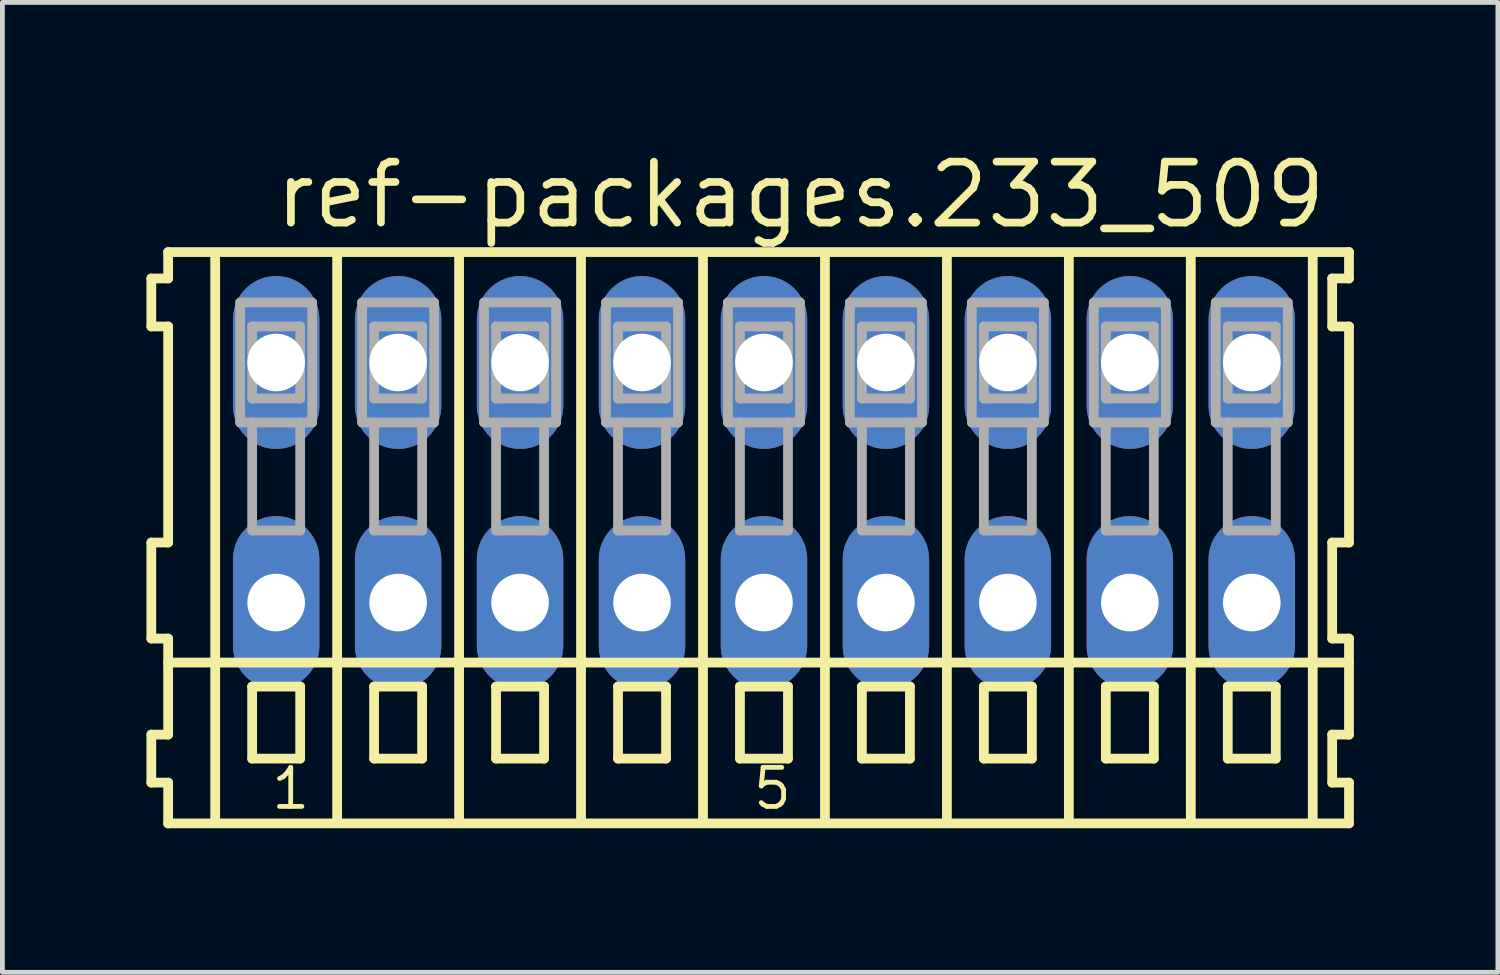
<source format=kicad_pcb>
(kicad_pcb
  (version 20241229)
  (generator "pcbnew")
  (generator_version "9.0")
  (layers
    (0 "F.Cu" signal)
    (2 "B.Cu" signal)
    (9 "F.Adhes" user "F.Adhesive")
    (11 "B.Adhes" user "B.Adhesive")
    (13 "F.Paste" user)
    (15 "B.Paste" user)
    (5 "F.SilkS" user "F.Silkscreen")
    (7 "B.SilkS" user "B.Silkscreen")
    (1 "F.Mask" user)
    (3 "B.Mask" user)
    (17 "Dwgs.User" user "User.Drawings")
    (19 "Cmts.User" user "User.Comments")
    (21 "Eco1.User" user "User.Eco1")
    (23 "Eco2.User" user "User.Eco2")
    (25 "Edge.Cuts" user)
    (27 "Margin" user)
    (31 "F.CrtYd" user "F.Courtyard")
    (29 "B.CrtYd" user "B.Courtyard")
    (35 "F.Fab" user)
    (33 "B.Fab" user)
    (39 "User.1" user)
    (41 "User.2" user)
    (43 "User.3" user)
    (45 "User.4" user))
  (footprint "ref-packages.233_509"
    (layer "F.Cu")
    (at 12.862 7)
    (property "Reference" "ref-packages.233_509" (at -10.26 -5.25 0) (layer "F.SilkS") (effects (font (size 1.27 1.27) (thickness 0.16)) (justify left bottom)))
    (attr through_hole)
    (fp_line (start -12.76 -4.25) (end -12.76 -3.25) (stroke (width 0.203) (type default)) (layer "F.SilkS"))
    (fp_line (start -12.76 -3.25) (end -12.41 -3.25) (stroke (width 0.203) (type default)) (layer "F.SilkS"))
    (fp_line (start -12.76 1.25) (end -12.76 3.25) (stroke (width 0.203) (type default)) (layer "F.SilkS"))
    (fp_line (start -12.76 3.25) (end -12.41 3.25) (stroke (width 0.203) (type default)) (layer "F.SilkS"))
    (fp_line (start -12.76 5.25) (end -12.76 6.25) (stroke (width 0.203) (type default)) (layer "F.SilkS"))
    (fp_line (start -12.76 6.25) (end -12.41 6.25) (stroke (width 0.203) (type default)) (layer "F.SilkS"))
    (fp_line (start -12.41 -4.8) (end -12.41 -4.25) (stroke (width 0.203) (type default)) (layer "F.SilkS"))
    (fp_line (start -12.41 -4.25) (end -12.76 -4.25) (stroke (width 0.203) (type default)) (layer "F.SilkS"))
    (fp_line (start -12.41 -3.25) (end -12.41 1.25) (stroke (width 0.203) (type default)) (layer "F.SilkS"))
    (fp_line (start -12.41 1.25) (end -12.76 1.25) (stroke (width 0.203) (type default)) (layer "F.SilkS"))
    (fp_line (start -12.41 3.25) (end -12.41 5.25) (stroke (width 0.203) (type default)) (layer "F.SilkS"))
    (fp_line (start -12.41 3.75) (end 12.185 3.75) (stroke (width 0.203) (type default)) (layer "F.SilkS"))
    (fp_line (start -12.41 5.25) (end -12.76 5.25) (stroke (width 0.203) (type default)) (layer "F.SilkS"))
    (fp_line (start -12.41 6.25) (end -12.41 7.1) (stroke (width 0.203) (type default)) (layer "F.SilkS"))
    (fp_line (start -12.41 7.1) (end 12.185 7.1) (stroke (width 0.203) (type default)) (layer "F.SilkS"))
    (fp_line (start -11.43 6.985) (end -11.43 -4.699) (stroke (width 0.203) (type default)) (layer "F.SilkS"))
    (fp_line (start -10.66 4.25) (end -10.66 5.75) (stroke (width 0.203) (type default)) (layer "F.SilkS"))
    (fp_line (start -10.66 5.75) (end -9.66 5.75) (stroke (width 0.203) (type default)) (layer "F.SilkS"))
    (fp_line (start -9.66 4.25) (end -10.66 4.25) (stroke (width 0.203) (type default)) (layer "F.SilkS"))
    (fp_line (start -9.66 5.75) (end -9.66 4.25) (stroke (width 0.203) (type default)) (layer "F.SilkS"))
    (fp_line (start -8.89 6.985) (end -8.89 -4.699) (stroke (width 0.203) (type default)) (layer "F.SilkS"))
    (fp_line (start -8.12 4.25) (end -8.12 5.75) (stroke (width 0.203) (type default)) (layer "F.SilkS"))
    (fp_line (start -8.12 5.75) (end -7.12 5.75) (stroke (width 0.203) (type default)) (layer "F.SilkS"))
    (fp_line (start -7.12 4.25) (end -8.12 4.25) (stroke (width 0.203) (type default)) (layer "F.SilkS"))
    (fp_line (start -7.12 5.75) (end -7.12 4.25) (stroke (width 0.203) (type default)) (layer "F.SilkS"))
    (fp_line (start -6.35 6.985) (end -6.35 -4.699) (stroke (width 0.203) (type default)) (layer "F.SilkS"))
    (fp_line (start -5.58 4.25) (end -5.58 5.75) (stroke (width 0.203) (type default)) (layer "F.SilkS"))
    (fp_line (start -5.58 5.75) (end -4.58 5.75) (stroke (width 0.203) (type default)) (layer "F.SilkS"))
    (fp_line (start -4.58 4.25) (end -5.58 4.25) (stroke (width 0.203) (type default)) (layer "F.SilkS"))
    (fp_line (start -4.58 5.75) (end -4.58 4.25) (stroke (width 0.203) (type default)) (layer "F.SilkS"))
    (fp_line (start -3.81 6.985) (end -3.81 -4.699) (stroke (width 0.203) (type default)) (layer "F.SilkS"))
    (fp_line (start -3.04 4.25) (end -3.04 5.75) (stroke (width 0.203) (type default)) (layer "F.SilkS"))
    (fp_line (start -3.04 5.75) (end -2.04 5.75) (stroke (width 0.203) (type default)) (layer "F.SilkS"))
    (fp_line (start -2.04 4.25) (end -3.04 4.25) (stroke (width 0.203) (type default)) (layer "F.SilkS"))
    (fp_line (start -2.04 5.75) (end -2.04 4.25) (stroke (width 0.203) (type default)) (layer "F.SilkS"))
    (fp_line (start -1.27 6.985) (end -1.27 -4.699) (stroke (width 0.203) (type default)) (layer "F.SilkS"))
    (fp_line (start -0.5 4.25) (end -0.5 5.75) (stroke (width 0.203) (type default)) (layer "F.SilkS"))
    (fp_line (start -0.5 5.75) (end 0.5 5.75) (stroke (width 0.203) (type default)) (layer "F.SilkS"))
    (fp_line (start 0.5 4.25) (end -0.5 4.25) (stroke (width 0.203) (type default)) (layer "F.SilkS"))
    (fp_line (start 0.5 5.75) (end 0.5 4.25) (stroke (width 0.203) (type default)) (layer "F.SilkS"))
    (fp_line (start 1.27 6.985) (end 1.27 -4.699) (stroke (width 0.203) (type default)) (layer "F.SilkS"))
    (fp_line (start 2.04 4.25) (end 2.04 5.75) (stroke (width 0.203) (type default)) (layer "F.SilkS"))
    (fp_line (start 2.04 5.75) (end 3.04 5.75) (stroke (width 0.203) (type default)) (layer "F.SilkS"))
    (fp_line (start 3.04 4.25) (end 2.04 4.25) (stroke (width 0.203) (type default)) (layer "F.SilkS"))
    (fp_line (start 3.04 5.75) (end 3.04 4.25) (stroke (width 0.203) (type default)) (layer "F.SilkS"))
    (fp_line (start 3.81 6.985) (end 3.81 -4.699) (stroke (width 0.203) (type default)) (layer "F.SilkS"))
    (fp_line (start 4.58 4.25) (end 4.58 5.75) (stroke (width 0.203) (type default)) (layer "F.SilkS"))
    (fp_line (start 4.58 5.75) (end 5.58 5.75) (stroke (width 0.203) (type default)) (layer "F.SilkS"))
    (fp_line (start 5.58 4.25) (end 4.58 4.25) (stroke (width 0.203) (type default)) (layer "F.SilkS"))
    (fp_line (start 5.58 5.75) (end 5.58 4.25) (stroke (width 0.203) (type default)) (layer "F.SilkS"))
    (fp_line (start 6.35 6.985) (end 6.35 -4.699) (stroke (width 0.203) (type default)) (layer "F.SilkS"))
    (fp_line (start 7.12 4.25) (end 7.12 5.75) (stroke (width 0.203) (type default)) (layer "F.SilkS"))
    (fp_line (start 7.12 5.75) (end 8.12 5.75) (stroke (width 0.203) (type default)) (layer "F.SilkS"))
    (fp_line (start 8.12 4.25) (end 7.12 4.25) (stroke (width 0.203) (type default)) (layer "F.SilkS"))
    (fp_line (start 8.12 5.75) (end 8.12 4.25) (stroke (width 0.203) (type default)) (layer "F.SilkS"))
    (fp_line (start 8.89 6.985) (end 8.89 -4.699) (stroke (width 0.203) (type default)) (layer "F.SilkS"))
    (fp_line (start 9.66 4.25) (end 9.66 5.75) (stroke (width 0.203) (type default)) (layer "F.SilkS"))
    (fp_line (start 9.66 5.75) (end 10.66 5.75) (stroke (width 0.203) (type default)) (layer "F.SilkS"))
    (fp_line (start 10.66 4.25) (end 9.66 4.25) (stroke (width 0.203) (type default)) (layer "F.SilkS"))
    (fp_line (start 10.66 5.75) (end 10.66 4.25) (stroke (width 0.203) (type default)) (layer "F.SilkS"))
    (fp_line (start 11.43 6.985) (end 11.43 -4.699) (stroke (width 0.203) (type default)) (layer "F.SilkS"))
    (fp_line (start 11.835 -4.25) (end 11.835 -3.25) (stroke (width 0.203) (type default)) (layer "F.SilkS"))
    (fp_line (start 11.835 -3.25) (end 12.185 -3.25) (stroke (width 0.203) (type default)) (layer "F.SilkS"))
    (fp_line (start 11.835 1.25) (end 11.835 3.25) (stroke (width 0.203) (type default)) (layer "F.SilkS"))
    (fp_line (start 11.835 3.25) (end 12.185 3.25) (stroke (width 0.203) (type default)) (layer "F.SilkS"))
    (fp_line (start 11.835 5.25) (end 11.835 6.25) (stroke (width 0.203) (type default)) (layer "F.SilkS"))
    (fp_line (start 11.835 6.25) (end 12.185 6.25) (stroke (width 0.203) (type default)) (layer "F.SilkS"))
    (fp_line (start 12.185 -4.8) (end -12.41 -4.8) (stroke (width 0.203) (type default)) (layer "F.SilkS"))
    (fp_line (start 12.185 -4.25) (end 11.835 -4.25) (stroke (width 0.203) (type default)) (layer "F.SilkS"))
    (fp_line (start 12.185 -4.25) (end 12.185 -4.8) (stroke (width 0.203) (type default)) (layer "F.SilkS"))
    (fp_line (start 12.185 1.25) (end 11.835 1.25) (stroke (width 0.203) (type default)) (layer "F.SilkS"))
    (fp_line (start 12.185 1.25) (end 12.185 -3.25) (stroke (width 0.203) (type default)) (layer "F.SilkS"))
    (fp_line (start 12.185 3.75) (end 12.185 3.25) (stroke (width 0.203) (type default)) (layer "F.SilkS"))
    (fp_line (start 12.185 5.25) (end 11.835 5.25) (stroke (width 0.203) (type default)) (layer "F.SilkS"))
    (fp_line (start 12.185 5.25) (end 12.185 3.75) (stroke (width 0.203) (type default)) (layer "F.SilkS"))
    (fp_line (start 12.185 7.1) (end 12.185 6.25) (stroke (width 0.203) (type default)) (layer "F.SilkS"))
    (fp_line (start -10.91 -3.75) (end -10.91 -1.25) (stroke (width 0.203) (type default)) (layer "F.Fab"))
    (fp_line (start -10.91 -1.25) (end -10.66 -1.25) (stroke (width 0.203) (type default)) (layer "F.Fab"))
    (fp_line (start -10.66 -3.25) (end -10.66 -1.75) (stroke (width 0.203) (type default)) (layer "F.Fab"))
    (fp_line (start -10.66 -1.75) (end -9.66 -1.75) (stroke (width 0.203) (type default)) (layer "F.Fab"))
    (fp_line (start -10.66 -1.25) (end -10.66 1) (stroke (width 0.203) (type default)) (layer "F.Fab"))
    (fp_line (start -10.66 -1.25) (end -9.66 -1.25) (stroke (width 0.203) (type default)) (layer "F.Fab"))
    (fp_line (start -10.66 1) (end -9.66 1) (stroke (width 0.203) (type default)) (layer "F.Fab"))
    (fp_line (start -9.66 -3.25) (end -10.66 -3.25) (stroke (width 0.203) (type default)) (layer "F.Fab"))
    (fp_line (start -9.66 -1.75) (end -9.66 -3.25) (stroke (width 0.203) (type default)) (layer "F.Fab"))
    (fp_line (start -9.66 -1.25) (end -9.41 -1.25) (stroke (width 0.203) (type default)) (layer "F.Fab"))
    (fp_line (start -9.66 1) (end -9.66 -1.25) (stroke (width 0.203) (type default)) (layer "F.Fab"))
    (fp_line (start -9.41 -3.75) (end -10.91 -3.75) (stroke (width 0.203) (type default)) (layer "F.Fab"))
    (fp_line (start -9.41 -1.25) (end -9.41 -3.75) (stroke (width 0.203) (type default)) (layer "F.Fab"))
    (fp_line (start -8.37 -3.75) (end -8.37 -1.25) (stroke (width 0.203) (type default)) (layer "F.Fab"))
    (fp_line (start -8.37 -1.25) (end -8.12 -1.25) (stroke (width 0.203) (type default)) (layer "F.Fab"))
    (fp_line (start -8.12 -3.25) (end -8.12 -1.75) (stroke (width 0.203) (type default)) (layer "F.Fab"))
    (fp_line (start -8.12 -1.75) (end -7.12 -1.75) (stroke (width 0.203) (type default)) (layer "F.Fab"))
    (fp_line (start -8.12 -1.25) (end -8.12 1) (stroke (width 0.203) (type default)) (layer "F.Fab"))
    (fp_line (start -8.12 -1.25) (end -7.12 -1.25) (stroke (width 0.203) (type default)) (layer "F.Fab"))
    (fp_line (start -8.12 1) (end -7.12 1) (stroke (width 0.203) (type default)) (layer "F.Fab"))
    (fp_line (start -7.12 -3.25) (end -8.12 -3.25) (stroke (width 0.203) (type default)) (layer "F.Fab"))
    (fp_line (start -7.12 -1.75) (end -7.12 -3.25) (stroke (width 0.203) (type default)) (layer "F.Fab"))
    (fp_line (start -7.12 -1.25) (end -6.87 -1.25) (stroke (width 0.203) (type default)) (layer "F.Fab"))
    (fp_line (start -7.12 1) (end -7.12 -1.25) (stroke (width 0.203) (type default)) (layer "F.Fab"))
    (fp_line (start -6.87 -3.75) (end -8.37 -3.75) (stroke (width 0.203) (type default)) (layer "F.Fab"))
    (fp_line (start -6.87 -1.25) (end -6.87 -3.75) (stroke (width 0.203) (type default)) (layer "F.Fab"))
    (fp_line (start -5.83 -3.75) (end -5.83 -1.25) (stroke (width 0.203) (type default)) (layer "F.Fab"))
    (fp_line (start -5.83 -1.25) (end -5.58 -1.25) (stroke (width 0.203) (type default)) (layer "F.Fab"))
    (fp_line (start -5.58 -3.25) (end -5.58 -1.75) (stroke (width 0.203) (type default)) (layer "F.Fab"))
    (fp_line (start -5.58 -1.75) (end -4.58 -1.75) (stroke (width 0.203) (type default)) (layer "F.Fab"))
    (fp_line (start -5.58 -1.25) (end -5.58 1) (stroke (width 0.203) (type default)) (layer "F.Fab"))
    (fp_line (start -5.58 -1.25) (end -4.58 -1.25) (stroke (width 0.203) (type default)) (layer "F.Fab"))
    (fp_line (start -5.58 1) (end -4.58 1) (stroke (width 0.203) (type default)) (layer "F.Fab"))
    (fp_line (start -4.58 -3.25) (end -5.58 -3.25) (stroke (width 0.203) (type default)) (layer "F.Fab"))
    (fp_line (start -4.58 -1.75) (end -4.58 -3.25) (stroke (width 0.203) (type default)) (layer "F.Fab"))
    (fp_line (start -4.58 -1.25) (end -4.33 -1.25) (stroke (width 0.203) (type default)) (layer "F.Fab"))
    (fp_line (start -4.58 1) (end -4.58 -1.25) (stroke (width 0.203) (type default)) (layer "F.Fab"))
    (fp_line (start -4.33 -3.75) (end -5.83 -3.75) (stroke (width 0.203) (type default)) (layer "F.Fab"))
    (fp_line (start -4.33 -1.25) (end -4.33 -3.75) (stroke (width 0.203) (type default)) (layer "F.Fab"))
    (fp_line (start -3.29 -3.75) (end -3.29 -1.25) (stroke (width 0.203) (type default)) (layer "F.Fab"))
    (fp_line (start -3.29 -1.25) (end -3.04 -1.25) (stroke (width 0.203) (type default)) (layer "F.Fab"))
    (fp_line (start -3.04 -3.25) (end -3.04 -1.75) (stroke (width 0.203) (type default)) (layer "F.Fab"))
    (fp_line (start -3.04 -1.75) (end -2.04 -1.75) (stroke (width 0.203) (type default)) (layer "F.Fab"))
    (fp_line (start -3.04 -1.25) (end -3.04 1) (stroke (width 0.203) (type default)) (layer "F.Fab"))
    (fp_line (start -3.04 -1.25) (end -2.04 -1.25) (stroke (width 0.203) (type default)) (layer "F.Fab"))
    (fp_line (start -3.04 1) (end -2.04 1) (stroke (width 0.203) (type default)) (layer "F.Fab"))
    (fp_line (start -2.04 -3.25) (end -3.04 -3.25) (stroke (width 0.203) (type default)) (layer "F.Fab"))
    (fp_line (start -2.04 -1.75) (end -2.04 -3.25) (stroke (width 0.203) (type default)) (layer "F.Fab"))
    (fp_line (start -2.04 -1.25) (end -1.79 -1.25) (stroke (width 0.203) (type default)) (layer "F.Fab"))
    (fp_line (start -2.04 1) (end -2.04 -1.25) (stroke (width 0.203) (type default)) (layer "F.Fab"))
    (fp_line (start -1.79 -3.75) (end -3.29 -3.75) (stroke (width 0.203) (type default)) (layer "F.Fab"))
    (fp_line (start -1.79 -1.25) (end -1.79 -3.75) (stroke (width 0.203) (type default)) (layer "F.Fab"))
    (fp_line (start -0.75 -3.75) (end -0.75 -1.25) (stroke (width 0.203) (type default)) (layer "F.Fab"))
    (fp_line (start -0.75 -1.25) (end -0.5 -1.25) (stroke (width 0.203) (type default)) (layer "F.Fab"))
    (fp_line (start -0.5 -3.25) (end -0.5 -1.75) (stroke (width 0.203) (type default)) (layer "F.Fab"))
    (fp_line (start -0.5 -1.75) (end 0.5 -1.75) (stroke (width 0.203) (type default)) (layer "F.Fab"))
    (fp_line (start -0.5 -1.25) (end -0.5 1) (stroke (width 0.203) (type default)) (layer "F.Fab"))
    (fp_line (start -0.5 -1.25) (end 0.5 -1.25) (stroke (width 0.203) (type default)) (layer "F.Fab"))
    (fp_line (start -0.5 1) (end 0.5 1) (stroke (width 0.203) (type default)) (layer "F.Fab"))
    (fp_line (start 0.5 -3.25) (end -0.5 -3.25) (stroke (width 0.203) (type default)) (layer "F.Fab"))
    (fp_line (start 0.5 -1.75) (end 0.5 -3.25) (stroke (width 0.203) (type default)) (layer "F.Fab"))
    (fp_line (start 0.5 -1.25) (end 0.75 -1.25) (stroke (width 0.203) (type default)) (layer "F.Fab"))
    (fp_line (start 0.5 1) (end 0.5 -1.25) (stroke (width 0.203) (type default)) (layer "F.Fab"))
    (fp_line (start 0.75 -3.75) (end -0.75 -3.75) (stroke (width 0.203) (type default)) (layer "F.Fab"))
    (fp_line (start 0.75 -1.25) (end 0.75 -3.75) (stroke (width 0.203) (type default)) (layer "F.Fab"))
    (fp_line (start 1.79 -3.75) (end 1.79 -1.25) (stroke (width 0.203) (type default)) (layer "F.Fab"))
    (fp_line (start 1.79 -1.25) (end 2.04 -1.25) (stroke (width 0.203) (type default)) (layer "F.Fab"))
    (fp_line (start 2.04 -3.25) (end 2.04 -1.75) (stroke (width 0.203) (type default)) (layer "F.Fab"))
    (fp_line (start 2.04 -1.75) (end 3.04 -1.75) (stroke (width 0.203) (type default)) (layer "F.Fab"))
    (fp_line (start 2.04 -1.25) (end 2.04 1) (stroke (width 0.203) (type default)) (layer "F.Fab"))
    (fp_line (start 2.04 -1.25) (end 3.04 -1.25) (stroke (width 0.203) (type default)) (layer "F.Fab"))
    (fp_line (start 2.04 1) (end 3.04 1) (stroke (width 0.203) (type default)) (layer "F.Fab"))
    (fp_line (start 3.04 -3.25) (end 2.04 -3.25) (stroke (width 0.203) (type default)) (layer "F.Fab"))
    (fp_line (start 3.04 -1.75) (end 3.04 -3.25) (stroke (width 0.203) (type default)) (layer "F.Fab"))
    (fp_line (start 3.04 -1.25) (end 3.29 -1.25) (stroke (width 0.203) (type default)) (layer "F.Fab"))
    (fp_line (start 3.04 1) (end 3.04 -1.25) (stroke (width 0.203) (type default)) (layer "F.Fab"))
    (fp_line (start 3.29 -3.75) (end 1.79 -3.75) (stroke (width 0.203) (type default)) (layer "F.Fab"))
    (fp_line (start 3.29 -1.25) (end 3.29 -3.75) (stroke (width 0.203) (type default)) (layer "F.Fab"))
    (fp_line (start 4.33 -3.75) (end 4.33 -1.25) (stroke (width 0.203) (type default)) (layer "F.Fab"))
    (fp_line (start 4.33 -1.25) (end 4.58 -1.25) (stroke (width 0.203) (type default)) (layer "F.Fab"))
    (fp_line (start 4.58 -3.25) (end 4.58 -1.75) (stroke (width 0.203) (type default)) (layer "F.Fab"))
    (fp_line (start 4.58 -1.75) (end 5.58 -1.75) (stroke (width 0.203) (type default)) (layer "F.Fab"))
    (fp_line (start 4.58 -1.25) (end 4.58 1) (stroke (width 0.203) (type default)) (layer "F.Fab"))
    (fp_line (start 4.58 -1.25) (end 5.58 -1.25) (stroke (width 0.203) (type default)) (layer "F.Fab"))
    (fp_line (start 4.58 1) (end 5.58 1) (stroke (width 0.203) (type default)) (layer "F.Fab"))
    (fp_line (start 5.58 -3.25) (end 4.58 -3.25) (stroke (width 0.203) (type default)) (layer "F.Fab"))
    (fp_line (start 5.58 -1.75) (end 5.58 -3.25) (stroke (width 0.203) (type default)) (layer "F.Fab"))
    (fp_line (start 5.58 -1.25) (end 5.83 -1.25) (stroke (width 0.203) (type default)) (layer "F.Fab"))
    (fp_line (start 5.58 1) (end 5.58 -1.25) (stroke (width 0.203) (type default)) (layer "F.Fab"))
    (fp_line (start 5.83 -3.75) (end 4.33 -3.75) (stroke (width 0.203) (type default)) (layer "F.Fab"))
    (fp_line (start 5.83 -1.25) (end 5.83 -3.75) (stroke (width 0.203) (type default)) (layer "F.Fab"))
    (fp_line (start 6.87 -3.75) (end 6.87 -1.25) (stroke (width 0.203) (type default)) (layer "F.Fab"))
    (fp_line (start 6.87 -1.25) (end 7.12 -1.25) (stroke (width 0.203) (type default)) (layer "F.Fab"))
    (fp_line (start 7.12 -3.25) (end 7.12 -1.75) (stroke (width 0.203) (type default)) (layer "F.Fab"))
    (fp_line (start 7.12 -1.75) (end 8.12 -1.75) (stroke (width 0.203) (type default)) (layer "F.Fab"))
    (fp_line (start 7.12 -1.25) (end 7.12 1) (stroke (width 0.203) (type default)) (layer "F.Fab"))
    (fp_line (start 7.12 -1.25) (end 8.12 -1.25) (stroke (width 0.203) (type default)) (layer "F.Fab"))
    (fp_line (start 7.12 1) (end 8.12 1) (stroke (width 0.203) (type default)) (layer "F.Fab"))
    (fp_line (start 8.12 -3.25) (end 7.12 -3.25) (stroke (width 0.203) (type default)) (layer "F.Fab"))
    (fp_line (start 8.12 -1.75) (end 8.12 -3.25) (stroke (width 0.203) (type default)) (layer "F.Fab"))
    (fp_line (start 8.12 -1.25) (end 8.37 -1.25) (stroke (width 0.203) (type default)) (layer "F.Fab"))
    (fp_line (start 8.12 1) (end 8.12 -1.25) (stroke (width 0.203) (type default)) (layer "F.Fab"))
    (fp_line (start 8.37 -3.75) (end 6.87 -3.75) (stroke (width 0.203) (type default)) (layer "F.Fab"))
    (fp_line (start 8.37 -1.25) (end 8.37 -3.75) (stroke (width 0.203) (type default)) (layer "F.Fab"))
    (fp_line (start 9.41 -3.75) (end 9.41 -1.25) (stroke (width 0.203) (type default)) (layer "F.Fab"))
    (fp_line (start 9.41 -1.25) (end 9.66 -1.25) (stroke (width 0.203) (type default)) (layer "F.Fab"))
    (fp_line (start 9.66 -3.25) (end 9.66 -1.75) (stroke (width 0.203) (type default)) (layer "F.Fab"))
    (fp_line (start 9.66 -1.75) (end 10.66 -1.75) (stroke (width 0.203) (type default)) (layer "F.Fab"))
    (fp_line (start 9.66 -1.25) (end 9.66 1) (stroke (width 0.203) (type default)) (layer "F.Fab"))
    (fp_line (start 9.66 -1.25) (end 10.66 -1.25) (stroke (width 0.203) (type default)) (layer "F.Fab"))
    (fp_line (start 9.66 1) (end 10.66 1) (stroke (width 0.203) (type default)) (layer "F.Fab"))
    (fp_line (start 10.66 -3.25) (end 9.66 -3.25) (stroke (width 0.203) (type default)) (layer "F.Fab"))
    (fp_line (start 10.66 -1.75) (end 10.66 -3.25) (stroke (width 0.203) (type default)) (layer "F.Fab"))
    (fp_line (start 10.66 -1.25) (end 10.91 -1.25) (stroke (width 0.203) (type default)) (layer "F.Fab"))
    (fp_line (start 10.66 1) (end 10.66 -1.25) (stroke (width 0.203) (type default)) (layer "F.Fab"))
    (fp_line (start 10.91 -3.75) (end 9.41 -3.75) (stroke (width 0.203) (type default)) (layer "F.Fab"))
    (fp_line (start 10.91 -1.25) (end 10.91 -3.75) (stroke (width 0.203) (type default)) (layer "F.Fab"))
    (fp_text user "5" (at -0.277 6.85 0) (layer "F.SilkS") (effects (font (size 0.813 0.813) (thickness 0.1)) (justify left bottom)))
    (fp_text user "1" (at -10.31 6.85 0) (layer "F.SilkS") (effects (font (size 0.813 0.813) (thickness 0.1)) (justify left bottom)))
    (pad "A1" thru_hole oval (at -10.16 -2.5 90) (size 3.6 1.8) (drill 1.2) (layers "*.Cu" "*.Mask"))
    (pad "A2" thru_hole oval (at -7.62 -2.5 90) (size 3.6 1.8) (drill 1.2) (layers "*.Cu" "*.Mask"))
    (pad "A3" thru_hole oval (at -5.08 -2.5 90) (size 3.6 1.8) (drill 1.2) (layers "*.Cu" "*.Mask"))
    (pad "A4" thru_hole oval (at -2.54 -2.5 90) (size 3.6 1.8) (drill 1.2) (layers "*.Cu" "*.Mask"))
    (pad "A5" thru_hole oval (at 0 -2.5 90) (size 3.6 1.8) (drill 1.2) (layers "*.Cu" "*.Mask"))
    (pad "A6" thru_hole oval (at 2.54 -2.5 90) (size 3.6 1.8) (drill 1.2) (layers "*.Cu" "*.Mask"))
    (pad "A7" thru_hole oval (at 5.08 -2.5 90) (size 3.6 1.8) (drill 1.2) (layers "*.Cu" "*.Mask"))
    (pad "A8" thru_hole oval (at 7.62 -2.5 90) (size 3.6 1.8) (drill 1.2) (layers "*.Cu" "*.Mask"))
    (pad "A9" thru_hole oval (at 10.16 -2.5 90) (size 3.6 1.8) (drill 1.2) (layers "*.Cu" "*.Mask"))
    (pad "B1" thru_hole oval (at -10.16 2.5 90) (size 3.6 1.8) (drill 1.2) (layers "*.Cu" "*.Mask"))
    (pad "B2" thru_hole oval (at -7.62 2.5 90) (size 3.6 1.8) (drill 1.2) (layers "*.Cu" "*.Mask"))
    (pad "B3" thru_hole oval (at -5.08 2.5 90) (size 3.6 1.8) (drill 1.2) (layers "*.Cu" "*.Mask"))
    (pad "B4" thru_hole oval (at -2.54 2.5 90) (size 3.6 1.8) (drill 1.2) (layers "*.Cu" "*.Mask"))
    (pad "B5" thru_hole oval (at 0 2.5 90) (size 3.6 1.8) (drill 1.2) (layers "*.Cu" "*.Mask"))
    (pad "B6" thru_hole oval (at 2.54 2.5 90) (size 3.6 1.8) (drill 1.2) (layers "*.Cu" "*.Mask"))
    (pad "B7" thru_hole oval (at 5.08 2.5 90) (size 3.6 1.8) (drill 1.2) (layers "*.Cu" "*.Mask"))
    (pad "B8" thru_hole oval (at 7.62 2.5 90) (size 3.6 1.8) (drill 1.2) (layers "*.Cu" "*.Mask"))
    (pad "B9" thru_hole oval (at 10.16 2.5 90) (size 3.6 1.8) (drill 1.2) (layers "*.Cu" "*.Mask")))
  (gr_rect
    (start -3 -3)
    (end 28.148 17.202)
    (stroke (width 0.1) (type default))
    (fill no)
    (layer "Edge.Cuts")))
</source>
